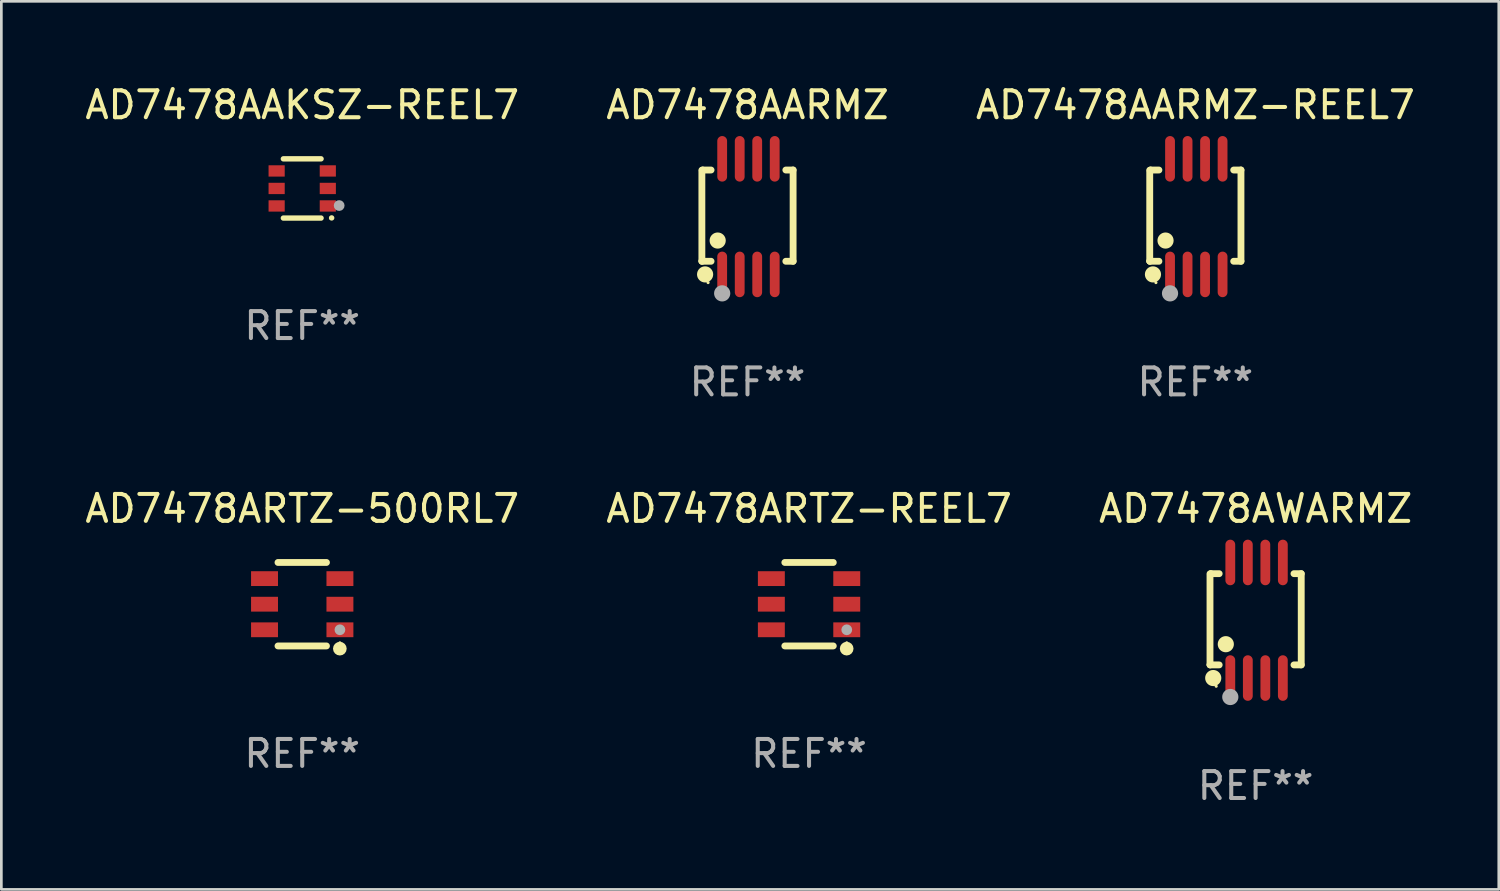
<source format=kicad_pcb>
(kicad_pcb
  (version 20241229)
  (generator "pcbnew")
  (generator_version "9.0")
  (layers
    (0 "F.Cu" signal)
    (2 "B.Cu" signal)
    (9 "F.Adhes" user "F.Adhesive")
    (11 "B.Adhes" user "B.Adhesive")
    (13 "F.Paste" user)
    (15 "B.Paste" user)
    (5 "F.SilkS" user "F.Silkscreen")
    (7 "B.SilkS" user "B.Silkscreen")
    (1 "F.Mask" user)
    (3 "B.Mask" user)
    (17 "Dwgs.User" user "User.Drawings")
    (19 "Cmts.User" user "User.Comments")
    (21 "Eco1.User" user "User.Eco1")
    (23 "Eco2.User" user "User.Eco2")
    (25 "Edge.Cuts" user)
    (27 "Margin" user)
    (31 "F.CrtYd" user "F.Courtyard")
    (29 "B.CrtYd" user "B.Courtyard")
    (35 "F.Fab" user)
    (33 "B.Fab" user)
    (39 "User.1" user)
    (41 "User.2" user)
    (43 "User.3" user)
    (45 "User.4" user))
  (footprint "AD7478AAKSZ-REEL7"
    (layer "F.Cu")
    (at 8.173 3.948)
    (property "Reference" "AD7478AAKSZ-REEL7" (at 0 -3.1 0) (layer "F.SilkS") (effects (font (size 1 1) (thickness 0.15))))
    (attr through_hole)
    (fp_line (start -0.7 -1.1) (end 0.7 -1.1) (stroke (width 0.2) (type solid)) (layer "F.SilkS"))
    (fp_line (start -0.7 1.1) (end 0.7 1.1) (stroke (width 0.2) (type solid)) (layer "F.SilkS"))
    (fp_arc (start 1.090932 1.094209) (mid 1.092202 1.094203) (end 1.093472 1.094209) (stroke (width 0.2) (type solid)) (layer "F.SilkS"))
    (fp_circle (center 1.053 1.1) (end 1.083 1.1) (stroke (width 0.06) (type solid)) (fill no) (layer "F.SilkS"))
    (fp_circle (center 1.372 0.635) (end 1.472 0.635) (stroke (width 0.2) (type solid)) (fill no) (layer "F.Fab"))
    (fp_text user "REF**" (at 0 5.1 0) (layer "F.Fab") (effects (font (size 1 1) (thickness 0.15))))
    (pad "1" smd rect (at 0.95 0.65 90) (size 0.42 0.6) (layers "F.Cu" "F.Mask" "F.Paste"))
    (pad "2" smd rect (at 0.95 0 90) (size 0.42 0.6) (layers "F.Cu" "F.Mask" "F.Paste"))
    (pad "3" smd rect (at 0.95 -0.65 90) (size 0.42 0.6) (layers "F.Cu" "F.Mask" "F.Paste"))
    (pad "4" smd rect (at -0.95 -0.65 270) (size 0.42 0.6) (layers "F.Cu" "F.Mask" "F.Paste"))
    (pad "5" smd rect (at -0.95 0 270) (size 0.42 0.6) (layers "F.Cu" "F.Mask" "F.Paste"))
    (pad "6" smd rect (at -0.95 0.65 270) (size 0.42 0.6) (layers "F.Cu" "F.Mask" "F.Paste")))
  (footprint "AD7478ARTZ-REEL7"
    (layer "F.Cu")
    (at 26.994 19.387)
    (property "Reference" "AD7478ARTZ-REEL7" (at 0 -3.55 0) (layer "F.SilkS") (effects (font (size 1 1) (thickness 0.15))))
    (attr through_hole)
    (fp_line (start -0.9 -1.55) (end 0.9 -1.55) (stroke (width 0.254) (type solid)) (layer "F.SilkS"))
    (fp_line (start -0.9 1.55) (end 0.9 1.55) (stroke (width 0.254) (type solid)) (layer "F.SilkS"))
    (fp_circle (center 1.397 1.651) (end 1.524 1.651) (stroke (width 0.254) (type solid)) (fill no) (layer "F.SilkS"))
    (fp_circle (center 1.4 1.435) (end 1.43 1.435) (stroke (width 0.06) (type solid)) (fill no) (layer "F.SilkS"))
    (fp_circle (center 1.4 0.95) (end 1.5 0.95) (stroke (width 0.2) (type solid)) (fill no) (layer "F.Fab"))
    (fp_text user "REF**" (at 0 5.55 0) (layer "F.Fab") (effects (font (size 1 1) (thickness 0.15))))
    (pad "1" smd rect (at 1.4 0.95) (size 1 0.55) (layers "F.Cu" "F.Mask" "F.Paste"))
    (pad "2" smd rect (at 1.4 -0.000102) (size 1 0.55) (layers "F.Cu" "F.Mask" "F.Paste"))
    (pad "3" smd rect (at 1.4 -0.95) (size 1 0.55) (layers "F.Cu" "F.Mask" "F.Paste"))
    (pad "4" smd rect (at -1.4 -0.95) (size 1 0.55) (layers "F.Cu" "F.Mask" "F.Paste"))
    (pad "5" smd rect (at -1.4 -0.000102) (size 1 0.55) (layers "F.Cu" "F.Mask" "F.Paste"))
    (pad "6" smd rect (at -1.4 0.95) (size 1 0.55) (layers "F.Cu" "F.Mask" "F.Paste")))
  (footprint "AD7478ARTZ-500RL7"
    (layer "F.Cu")
    (at 8.173 19.387)
    (property "Reference" "AD7478ARTZ-500RL7" (at 0 -3.55 0) (layer "F.SilkS") (effects (font (size 1 1) (thickness 0.15))))
    (attr through_hole)
    (fp_line (start -0.9 -1.55) (end 0.9 -1.55) (stroke (width 0.254) (type solid)) (layer "F.SilkS"))
    (fp_line (start -0.9 1.55) (end 0.9 1.55) (stroke (width 0.254) (type solid)) (layer "F.SilkS"))
    (fp_circle (center 1.397 1.651) (end 1.524 1.651) (stroke (width 0.254) (type solid)) (fill no) (layer "F.SilkS"))
    (fp_circle (center 1.4 1.435) (end 1.43 1.435) (stroke (width 0.06) (type solid)) (fill no) (layer "F.SilkS"))
    (fp_circle (center 1.4 0.95) (end 1.5 0.95) (stroke (width 0.2) (type solid)) (fill no) (layer "F.Fab"))
    (fp_text user "REF**" (at 0 5.55 0) (layer "F.Fab") (effects (font (size 1 1) (thickness 0.15))))
    (pad "1" smd rect (at 1.4 0.95) (size 1 0.55) (layers "F.Cu" "F.Mask" "F.Paste"))
    (pad "2" smd rect (at 1.4 -0.000102) (size 1 0.55) (layers "F.Cu" "F.Mask" "F.Paste"))
    (pad "3" smd rect (at 1.4 -0.95) (size 1 0.55) (layers "F.Cu" "F.Mask" "F.Paste"))
    (pad "4" smd rect (at -1.4 -0.95) (size 1 0.55) (layers "F.Cu" "F.Mask" "F.Paste"))
    (pad "5" smd rect (at -1.4 -0.000102) (size 1 0.55) (layers "F.Cu" "F.Mask" "F.Paste"))
    (pad "6" smd rect (at -1.4 0.95) (size 1 0.55) (layers "F.Cu" "F.Mask" "F.Paste")))
  (footprint "AD7478AARMZ-REEL7"
    (layer "F.Cu")
    (at 41.339 4.994)
    (property "Reference" "AD7478AARMZ-REEL7" (at 0 -4.146 0) (layer "F.SilkS") (effects (font (size 1 1) (thickness 0.15))))
    (attr through_hole)
    (fp_line (start -1.694 -1.724) (end -1.694 1.652) (stroke (width 0.254) (type solid)) (layer "F.SilkS"))
    (fp_line (start -1.694 1.652) (end -1.688 1.658) (stroke (width 0.254) (type solid)) (layer "F.SilkS"))
    (fp_line (start -1.688 1.658) (end -1.353 1.658) (stroke (width 0.254) (type solid)) (layer "F.SilkS"))
    (fp_line (start -1.661 -1.73) (end -1.681 -1.71) (stroke (width 0.254) (type solid)) (layer "F.SilkS"))
    (fp_line (start -1.353 -1.73) (end -1.661 -1.73) (stroke (width 0.254) (type solid)) (layer "F.SilkS"))
    (fp_line (start 1.424 1.658) (end 1.694 1.658) (stroke (width 0.254) (type solid)) (layer "F.SilkS"))
    (fp_line (start 1.694 -1.73) (end 1.424 -1.73) (stroke (width 0.254) (type solid)) (layer "F.SilkS"))
    (fp_line (start 1.694 1.658) (end 1.694 -1.73) (stroke (width 0.254) (type solid)) (layer "F.SilkS"))
    (fp_circle (center -1.574 2.146) (end -1.424 2.146) (stroke (width 0.3) (type solid)) (fill no) (layer "F.SilkS"))
    (fp_circle (center -1.464 2.45) (end -1.434 2.45) (stroke (width 0.06) (type solid)) (fill no) (layer "F.SilkS"))
    (fp_circle (center -1.107 0.889) (end -0.957 0.889) (stroke (width 0.3) (type solid)) (fill no) (layer "F.SilkS"))
    (fp_circle (center -0.94 2.85) (end -0.789 2.85) (stroke (width 0.3) (type solid)) (fill no) (layer "F.Fab"))
    (fp_text user "REF**" (at 0 6.146 0) (layer "F.Fab") (effects (font (size 1 1) (thickness 0.15))))
    (pad "1" smd oval (at -0.94 2.146) (size 0.364 1.692) (layers "F.Cu" "F.Mask" "F.Paste"))
    (pad "2" smd oval (at -0.289 2.146) (size 0.364 1.692) (layers "F.Cu" "F.Mask" "F.Paste"))
    (pad "3" smd oval (at 0.361 2.146) (size 0.364 1.692) (layers "F.Cu" "F.Mask" "F.Paste"))
    (pad "4" smd oval (at 1.011 2.146) (size 0.364 1.692) (layers "F.Cu" "F.Mask" "F.Paste"))
    (pad "5" smd oval (at 1.011 -2.146) (size 0.364 1.692) (layers "F.Cu" "F.Mask" "F.Paste"))
    (pad "6" smd oval (at 0.361 -2.146) (size 0.364 1.692) (layers "F.Cu" "F.Mask" "F.Paste"))
    (pad "7" smd oval (at -0.289 -2.146) (size 0.364 1.692) (layers "F.Cu" "F.Mask" "F.Paste"))
    (pad "8" smd oval (at -0.94 -2.146) (size 0.364 1.692) (layers "F.Cu" "F.Mask" "F.Paste")))
  (footprint "AD7478AWARMZ"
    (layer "F.Cu")
    (at 43.577 19.983)
    (property "Reference" "AD7478AWARMZ" (at 0 -4.146 0) (layer "F.SilkS") (effects (font (size 1 1) (thickness 0.15))))
    (attr through_hole)
    (fp_line (start -1.694 -1.724) (end -1.694 1.652) (stroke (width 0.254) (type solid)) (layer "F.SilkS"))
    (fp_line (start -1.694 1.652) (end -1.688 1.658) (stroke (width 0.254) (type solid)) (layer "F.SilkS"))
    (fp_line (start -1.688 1.658) (end -1.353 1.658) (stroke (width 0.254) (type solid)) (layer "F.SilkS"))
    (fp_line (start -1.661 -1.73) (end -1.681 -1.71) (stroke (width 0.254) (type solid)) (layer "F.SilkS"))
    (fp_line (start -1.353 -1.73) (end -1.661 -1.73) (stroke (width 0.254) (type solid)) (layer "F.SilkS"))
    (fp_line (start 1.424 1.658) (end 1.694 1.658) (stroke (width 0.254) (type solid)) (layer "F.SilkS"))
    (fp_line (start 1.694 -1.73) (end 1.424 -1.73) (stroke (width 0.254) (type solid)) (layer "F.SilkS"))
    (fp_line (start 1.694 1.658) (end 1.694 -1.73) (stroke (width 0.254) (type solid)) (layer "F.SilkS"))
    (fp_circle (center -1.574 2.146) (end -1.424 2.146) (stroke (width 0.3) (type solid)) (fill no) (layer "F.SilkS"))
    (fp_circle (center -1.464 2.45) (end -1.434 2.45) (stroke (width 0.06) (type solid)) (fill no) (layer "F.SilkS"))
    (fp_circle (center -1.107 0.889) (end -0.957 0.889) (stroke (width 0.3) (type solid)) (fill no) (layer "F.SilkS"))
    (fp_circle (center -0.94 2.85) (end -0.789 2.85) (stroke (width 0.3) (type solid)) (fill no) (layer "F.Fab"))
    (fp_text user "REF**" (at 0 6.146 0) (layer "F.Fab") (effects (font (size 1 1) (thickness 0.15))))
    (pad "1" smd oval (at -0.94 2.146) (size 0.364 1.692) (layers "F.Cu" "F.Mask" "F.Paste"))
    (pad "2" smd oval (at -0.289 2.146) (size 0.364 1.692) (layers "F.Cu" "F.Mask" "F.Paste"))
    (pad "3" smd oval (at 0.361 2.146) (size 0.364 1.692) (layers "F.Cu" "F.Mask" "F.Paste"))
    (pad "4" smd oval (at 1.011 2.146) (size 0.364 1.692) (layers "F.Cu" "F.Mask" "F.Paste"))
    (pad "5" smd oval (at 1.011 -2.146) (size 0.364 1.692) (layers "F.Cu" "F.Mask" "F.Paste"))
    (pad "6" smd oval (at 0.361 -2.146) (size 0.364 1.692) (layers "F.Cu" "F.Mask" "F.Paste"))
    (pad "7" smd oval (at -0.289 -2.146) (size 0.364 1.692) (layers "F.Cu" "F.Mask" "F.Paste"))
    (pad "8" smd oval (at -0.94 -2.146) (size 0.364 1.692) (layers "F.Cu" "F.Mask" "F.Paste")))
  (footprint "AD7478AARMZ"
    (layer "F.Cu")
    (at 24.708 4.994)
    (property "Reference" "AD7478AARMZ" (at 0 -4.146 0) (layer "F.SilkS") (effects (font (size 1 1) (thickness 0.15))))
    (attr through_hole)
    (fp_line (start -1.694 -1.724) (end -1.694 1.652) (stroke (width 0.254) (type solid)) (layer "F.SilkS"))
    (fp_line (start -1.694 1.652) (end -1.688 1.658) (stroke (width 0.254) (type solid)) (layer "F.SilkS"))
    (fp_line (start -1.688 1.658) (end -1.353 1.658) (stroke (width 0.254) (type solid)) (layer "F.SilkS"))
    (fp_line (start -1.661 -1.73) (end -1.681 -1.71) (stroke (width 0.254) (type solid)) (layer "F.SilkS"))
    (fp_line (start -1.353 -1.73) (end -1.661 -1.73) (stroke (width 0.254) (type solid)) (layer "F.SilkS"))
    (fp_line (start 1.424 1.658) (end 1.694 1.658) (stroke (width 0.254) (type solid)) (layer "F.SilkS"))
    (fp_line (start 1.694 -1.73) (end 1.424 -1.73) (stroke (width 0.254) (type solid)) (layer "F.SilkS"))
    (fp_line (start 1.694 1.658) (end 1.694 -1.73) (stroke (width 0.254) (type solid)) (layer "F.SilkS"))
    (fp_circle (center -1.574 2.146) (end -1.424 2.146) (stroke (width 0.3) (type solid)) (fill no) (layer "F.SilkS"))
    (fp_circle (center -1.464 2.45) (end -1.434 2.45) (stroke (width 0.06) (type solid)) (fill no) (layer "F.SilkS"))
    (fp_circle (center -1.107 0.889) (end -0.957 0.889) (stroke (width 0.3) (type solid)) (fill no) (layer "F.SilkS"))
    (fp_circle (center -0.94 2.85) (end -0.789 2.85) (stroke (width 0.3) (type solid)) (fill no) (layer "F.Fab"))
    (fp_text user "REF**" (at 0 6.146 0) (layer "F.Fab") (effects (font (size 1 1) (thickness 0.15))))
    (pad "1" smd oval (at -0.94 2.146) (size 0.364 1.692) (layers "F.Cu" "F.Mask" "F.Paste"))
    (pad "2" smd oval (at -0.289 2.146) (size 0.364 1.692) (layers "F.Cu" "F.Mask" "F.Paste"))
    (pad "3" smd oval (at 0.361 2.146) (size 0.364 1.692) (layers "F.Cu" "F.Mask" "F.Paste"))
    (pad "4" smd oval (at 1.011 2.146) (size 0.364 1.692) (layers "F.Cu" "F.Mask" "F.Paste"))
    (pad "5" smd oval (at 1.011 -2.146) (size 0.364 1.692) (layers "F.Cu" "F.Mask" "F.Paste"))
    (pad "6" smd oval (at 0.361 -2.146) (size 0.364 1.692) (layers "F.Cu" "F.Mask" "F.Paste"))
    (pad "7" smd oval (at -0.289 -2.146) (size 0.364 1.692) (layers "F.Cu" "F.Mask" "F.Paste"))
    (pad "8" smd oval (at -0.94 -2.146) (size 0.364 1.692) (layers "F.Cu" "F.Mask" "F.Paste")))
  (gr_rect
    (start -3 -3)
    (end 52.607 29.977)
    (stroke (width 0.1) (type default))
    (fill no)
    (layer "Edge.Cuts")))
</source>
